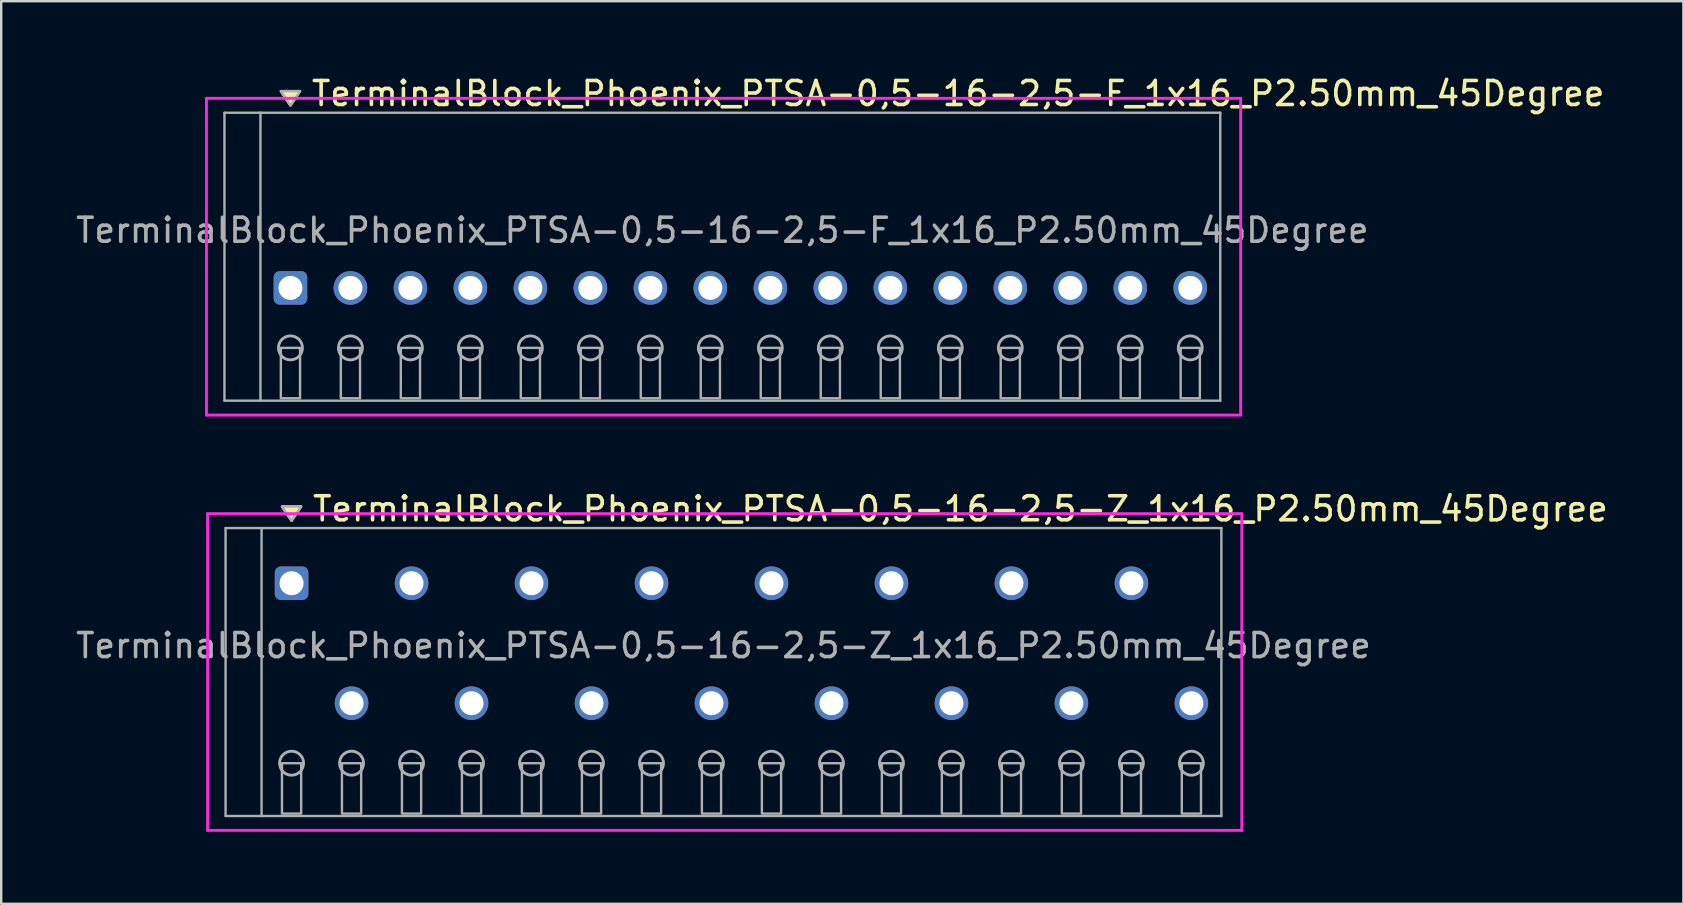
<source format=kicad_pcb>
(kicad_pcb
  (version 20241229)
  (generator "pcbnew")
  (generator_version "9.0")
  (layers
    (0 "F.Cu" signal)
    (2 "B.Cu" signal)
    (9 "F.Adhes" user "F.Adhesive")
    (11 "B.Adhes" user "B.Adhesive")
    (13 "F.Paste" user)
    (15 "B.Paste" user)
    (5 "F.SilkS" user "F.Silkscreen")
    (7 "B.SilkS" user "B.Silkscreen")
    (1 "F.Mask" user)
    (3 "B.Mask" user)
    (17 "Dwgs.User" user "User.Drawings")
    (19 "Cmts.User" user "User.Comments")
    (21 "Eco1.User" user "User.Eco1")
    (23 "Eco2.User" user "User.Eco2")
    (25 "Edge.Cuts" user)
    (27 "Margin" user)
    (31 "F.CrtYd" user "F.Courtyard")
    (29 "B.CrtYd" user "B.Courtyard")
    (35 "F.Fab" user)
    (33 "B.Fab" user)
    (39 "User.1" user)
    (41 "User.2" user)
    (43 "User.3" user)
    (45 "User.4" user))
  (footprint "TerminalBlock_Phoenix_PTSA-0,5-16-2,5-F_1x16_P2.50mm_45Degree"
    (layer "F.Cu")
    (at 9.054 8.948)
    (property "Reference" "TerminalBlock_Phoenix_PTSA-0,5-16-2,5-F_1x16_P2.50mm_45Degree" (at 0.8 -8.1 0) (layer "F.SilkS") (effects (font (size 1 1) (thickness 0.15)) (justify left)))
    (attr through_hole)
    (fp_poly (pts (xy 0 -7.6) (xy -0.4 -8.2) (xy 0.4 -8.2)) (stroke (width 0.1) (type solid)) (fill yes) (layer "F.SilkS"))
    (fp_line (start -3.5 -7.9) (end 39.6 -7.9) (stroke (width 0.12) (type solid)) (layer "F.CrtYd"))
    (fp_line (start -3.5 5.3) (end -3.5 -7.9) (stroke (width 0.12) (type solid)) (layer "F.CrtYd"))
    (fp_line (start 39.6 -7.9) (end 39.6 5.3) (stroke (width 0.12) (type solid)) (layer "F.CrtYd"))
    (fp_line (start 39.6 5.3) (end -3.5 5.3) (stroke (width 0.12) (type solid)) (layer "F.CrtYd"))
    (fp_line (start -2.75 -7.3) (end -1.25 -7.3) (stroke (width 0.1) (type solid)) (layer "F.Fab"))
    (fp_line (start -2.75 4.7) (end -2.75 -7.3) (stroke (width 0.1) (type solid)) (layer "F.Fab"))
    (fp_line (start -1.25 -7.3) (end -1.25 4.7) (stroke (width 0.1) (type solid)) (layer "F.Fab"))
    (fp_line (start -1.25 4.7) (end -2.75 4.7) (stroke (width 0.1) (type solid)) (layer "F.Fab"))
    (fp_line (start -1.25 4.7) (end 38.75 4.7) (stroke (width 0.1) (type solid)) (layer "F.Fab"))
    (fp_line (start 38.75 -7.3) (end -1.25 -7.3) (stroke (width 0.1) (type solid)) (layer "F.Fab"))
    (fp_line (start 38.75 4.7) (end 38.75 -7.3) (stroke (width 0.1) (type solid)) (layer "F.Fab"))
    (fp_circle (center 0 2.5) (end -0.5 2.5) (stroke (width 0.12) (type solid)) (fill no) (layer "F.Fab"))
    (fp_circle (center 2.5 2.5) (end 2 2.5) (stroke (width 0.12) (type solid)) (fill no) (layer "F.Fab"))
    (fp_circle (center 5 2.5) (end 4.5 2.5) (stroke (width 0.12) (type solid)) (fill no) (layer "F.Fab"))
    (fp_circle (center 7.5 2.5) (end 7 2.5) (stroke (width 0.12) (type solid)) (fill no) (layer "F.Fab"))
    (fp_circle (center 10 2.5) (end 9.5 2.5) (stroke (width 0.12) (type solid)) (fill no) (layer "F.Fab"))
    (fp_circle (center 12.5 2.5) (end 12 2.5) (stroke (width 0.12) (type solid)) (fill no) (layer "F.Fab"))
    (fp_circle (center 15 2.5) (end 14.5 2.5) (stroke (width 0.12) (type solid)) (fill no) (layer "F.Fab"))
    (fp_circle (center 17.5 2.5) (end 17 2.5) (stroke (width 0.12) (type solid)) (fill no) (layer "F.Fab"))
    (fp_circle (center 20 2.5) (end 19.5 2.5) (stroke (width 0.12) (type solid)) (fill no) (layer "F.Fab"))
    (fp_circle (center 22.5 2.5) (end 22 2.5) (stroke (width 0.12) (type solid)) (fill no) (layer "F.Fab"))
    (fp_circle (center 25 2.5) (end 24.5 2.5) (stroke (width 0.12) (type solid)) (fill no) (layer "F.Fab"))
    (fp_circle (center 27.5 2.5) (end 27 2.5) (stroke (width 0.12) (type solid)) (fill no) (layer "F.Fab"))
    (fp_circle (center 30 2.5) (end 29.5 2.5) (stroke (width 0.12) (type solid)) (fill no) (layer "F.Fab"))
    (fp_circle (center 32.5 2.5) (end 32 2.5) (stroke (width 0.12) (type solid)) (fill no) (layer "F.Fab"))
    (fp_circle (center 35 2.5) (end 34.5 2.5) (stroke (width 0.12) (type solid)) (fill no) (layer "F.Fab"))
    (fp_circle (center 37.5 2.5) (end 37 2.5) (stroke (width 0.12) (type solid)) (fill no) (layer "F.Fab"))
    (fp_poly (pts (xy 0 -7.6) (xy -0.4 -8.2) (xy 0.4 -8.2)) (stroke (width 0.1) (type solid)) (fill no) (layer "F.Fab"))
    (fp_poly (pts (xy -0.4 2.5) (xy -0.4 4.6) (xy 0.4 4.6) (xy 0.4 2.5)) (stroke (width 0.1) (type solid)) (fill no) (layer "F.Fab"))
    (fp_poly (pts (xy 2.1 2.5) (xy 2.1 4.6) (xy 2.9 4.6) (xy 2.9 2.5)) (stroke (width 0.1) (type solid)) (fill no) (layer "F.Fab"))
    (fp_poly (pts (xy 4.6 2.5) (xy 4.6 4.6) (xy 5.4 4.6) (xy 5.4 2.5)) (stroke (width 0.1) (type solid)) (fill no) (layer "F.Fab"))
    (fp_poly (pts (xy 7.1 2.5) (xy 7.1 4.6) (xy 7.9 4.6) (xy 7.9 2.5)) (stroke (width 0.1) (type solid)) (fill no) (layer "F.Fab"))
    (fp_poly (pts (xy 9.6 2.5) (xy 9.6 4.6) (xy 10.4 4.6) (xy 10.4 2.5)) (stroke (width 0.1) (type solid)) (fill no) (layer "F.Fab"))
    (fp_poly (pts (xy 12.1 2.5) (xy 12.1 4.6) (xy 12.9 4.6) (xy 12.9 2.5)) (stroke (width 0.1) (type solid)) (fill no) (layer "F.Fab"))
    (fp_poly (pts (xy 14.6 2.5) (xy 14.6 4.6) (xy 15.4 4.6) (xy 15.4 2.5)) (stroke (width 0.1) (type solid)) (fill no) (layer "F.Fab"))
    (fp_poly (pts (xy 17.1 2.5) (xy 17.1 4.6) (xy 17.9 4.6) (xy 17.9 2.5)) (stroke (width 0.1) (type solid)) (fill no) (layer "F.Fab"))
    (fp_poly (pts (xy 19.6 2.5) (xy 19.6 4.6) (xy 20.4 4.6) (xy 20.4 2.5)) (stroke (width 0.1) (type solid)) (fill no) (layer "F.Fab"))
    (fp_poly (pts (xy 22.1 2.5) (xy 22.1 4.6) (xy 22.9 4.6) (xy 22.9 2.5)) (stroke (width 0.1) (type solid)) (fill no) (layer "F.Fab"))
    (fp_poly (pts (xy 24.6 2.5) (xy 24.6 4.6) (xy 25.4 4.6) (xy 25.4 2.5)) (stroke (width 0.1) (type solid)) (fill no) (layer "F.Fab"))
    (fp_poly (pts (xy 27.1 2.5) (xy 27.1 4.6) (xy 27.9 4.6) (xy 27.9 2.5)) (stroke (width 0.1) (type solid)) (fill no) (layer "F.Fab"))
    (fp_poly (pts (xy 29.6 2.5) (xy 29.6 4.6) (xy 30.4 4.6) (xy 30.4 2.5)) (stroke (width 0.1) (type solid)) (fill no) (layer "F.Fab"))
    (fp_poly (pts (xy 32.1 2.5) (xy 32.1 4.6) (xy 32.9 4.6) (xy 32.9 2.5)) (stroke (width 0.1) (type solid)) (fill no) (layer "F.Fab"))
    (fp_poly (pts (xy 34.6 2.5) (xy 34.6 4.6) (xy 35.4 4.6) (xy 35.4 2.5)) (stroke (width 0.1) (type solid)) (fill no) (layer "F.Fab"))
    (fp_poly (pts (xy 37.1 2.5) (xy 37.1 4.6) (xy 37.9 4.6) (xy 37.9 2.5)) (stroke (width 0.1) (type solid)) (fill no) (layer "F.Fab"))
    (fp_text user "${REFERENCE}" (at 18 -2.4 0) (layer "F.Fab") (effects (font (size 1 1) (thickness 0.15))))
    (pad "1" thru_hole roundrect (at 0 0) (size 1.4 1.4) (drill 1) (layers "*.Cu" "*.Mask") (roundrect_rratio 0.179))
    (pad "2" thru_hole oval (at 2.5 0) (size 1.4 1.4) (drill 1) (layers "*.Cu" "*.Mask"))
    (pad "3" thru_hole oval (at 5 0) (size 1.4 1.4) (drill 1) (layers "*.Cu" "*.Mask"))
    (pad "4" thru_hole oval (at 7.5 0) (size 1.4 1.4) (drill 1) (layers "*.Cu" "*.Mask"))
    (pad "5" thru_hole oval (at 10 0) (size 1.4 1.4) (drill 1) (layers "*.Cu" "*.Mask"))
    (pad "6" thru_hole oval (at 12.5 0) (size 1.4 1.4) (drill 1) (layers "*.Cu" "*.Mask"))
    (pad "7" thru_hole oval (at 15 0) (size 1.4 1.4) (drill 1) (layers "*.Cu" "*.Mask"))
    (pad "8" thru_hole oval (at 17.5 0) (size 1.4 1.4) (drill 1) (layers "*.Cu" "*.Mask"))
    (pad "9" thru_hole oval (at 20 0) (size 1.4 1.4) (drill 1) (layers "*.Cu" "*.Mask"))
    (pad "10" thru_hole oval (at 22.5 0) (size 1.4 1.4) (drill 1) (layers "*.Cu" "*.Mask"))
    (pad "11" thru_hole oval (at 25 0) (size 1.4 1.4) (drill 1) (layers "*.Cu" "*.Mask"))
    (pad "12" thru_hole oval (at 27.5 0) (size 1.4 1.4) (drill 1) (layers "*.Cu" "*.Mask"))
    (pad "13" thru_hole oval (at 30 0) (size 1.4 1.4) (drill 1) (layers "*.Cu" "*.Mask"))
    (pad "14" thru_hole oval (at 32.5 0) (size 1.4 1.4) (drill 1) (layers "*.Cu" "*.Mask"))
    (pad "15" thru_hole oval (at 35 0) (size 1.4 1.4) (drill 1) (layers "*.Cu" "*.Mask"))
    (pad "16" thru_hole oval (at 37.5 0) (size 1.4 1.4) (drill 1) (layers "*.Cu" "*.Mask")))
  (footprint "TerminalBlock_Phoenix_PTSA-0,5-16-2,5-Z_1x16_P2.50mm_45Degree"
    (layer "F.Cu")
    (at 9.101 26.256)
    (property "Reference" "TerminalBlock_Phoenix_PTSA-0,5-16-2,5-Z_1x16_P2.50mm_45Degree" (at 0.8 -8.1 0) (layer "F.SilkS") (effects (font (size 1 1) (thickness 0.15)) (justify left)))
    (attr through_hole)
    (fp_poly (pts (xy 0 -7.6) (xy -0.4 -8.2) (xy 0.4 -8.2)) (stroke (width 0.1) (type solid)) (fill yes) (layer "F.SilkS"))
    (fp_line (start -3.5 -7.9) (end 39.6 -7.9) (stroke (width 0.12) (type solid)) (layer "F.CrtYd"))
    (fp_line (start -3.5 5.3) (end -3.5 -7.9) (stroke (width 0.12) (type solid)) (layer "F.CrtYd"))
    (fp_line (start 39.6 -7.9) (end 39.6 5.3) (stroke (width 0.12) (type solid)) (layer "F.CrtYd"))
    (fp_line (start 39.6 5.3) (end -3.5 5.3) (stroke (width 0.12) (type solid)) (layer "F.CrtYd"))
    (fp_line (start -2.75 -7.3) (end -1.25 -7.3) (stroke (width 0.1) (type solid)) (layer "F.Fab"))
    (fp_line (start -2.75 4.7) (end -2.75 -7.3) (stroke (width 0.1) (type solid)) (layer "F.Fab"))
    (fp_line (start -1.25 -7.3) (end -1.25 4.7) (stroke (width 0.1) (type solid)) (layer "F.Fab"))
    (fp_line (start -1.25 4.7) (end -2.75 4.7) (stroke (width 0.1) (type solid)) (layer "F.Fab"))
    (fp_line (start -1.25 4.7) (end 38.75 4.7) (stroke (width 0.1) (type solid)) (layer "F.Fab"))
    (fp_line (start 38.75 -7.3) (end -1.25 -7.3) (stroke (width 0.1) (type solid)) (layer "F.Fab"))
    (fp_line (start 38.75 4.7) (end 38.75 -7.3) (stroke (width 0.1) (type solid)) (layer "F.Fab"))
    (fp_circle (center 0 2.5) (end -0.5 2.5) (stroke (width 0.12) (type solid)) (fill no) (layer "F.Fab"))
    (fp_circle (center 2.5 2.5) (end 2 2.5) (stroke (width 0.12) (type solid)) (fill no) (layer "F.Fab"))
    (fp_circle (center 5 2.5) (end 4.5 2.5) (stroke (width 0.12) (type solid)) (fill no) (layer "F.Fab"))
    (fp_circle (center 7.5 2.5) (end 7 2.5) (stroke (width 0.12) (type solid)) (fill no) (layer "F.Fab"))
    (fp_circle (center 10 2.5) (end 9.5 2.5) (stroke (width 0.12) (type solid)) (fill no) (layer "F.Fab"))
    (fp_circle (center 12.5 2.5) (end 12 2.5) (stroke (width 0.12) (type solid)) (fill no) (layer "F.Fab"))
    (fp_circle (center 15 2.5) (end 14.5 2.5) (stroke (width 0.12) (type solid)) (fill no) (layer "F.Fab"))
    (fp_circle (center 17.5 2.5) (end 17 2.5) (stroke (width 0.12) (type solid)) (fill no) (layer "F.Fab"))
    (fp_circle (center 20 2.5) (end 19.5 2.5) (stroke (width 0.12) (type solid)) (fill no) (layer "F.Fab"))
    (fp_circle (center 22.5 2.5) (end 22 2.5) (stroke (width 0.12) (type solid)) (fill no) (layer "F.Fab"))
    (fp_circle (center 25 2.5) (end 24.5 2.5) (stroke (width 0.12) (type solid)) (fill no) (layer "F.Fab"))
    (fp_circle (center 27.5 2.5) (end 27 2.5) (stroke (width 0.12) (type solid)) (fill no) (layer "F.Fab"))
    (fp_circle (center 30 2.5) (end 29.5 2.5) (stroke (width 0.12) (type solid)) (fill no) (layer "F.Fab"))
    (fp_circle (center 32.5 2.5) (end 32 2.5) (stroke (width 0.12) (type solid)) (fill no) (layer "F.Fab"))
    (fp_circle (center 35 2.5) (end 34.5 2.5) (stroke (width 0.12) (type solid)) (fill no) (layer "F.Fab"))
    (fp_circle (center 37.5 2.5) (end 37 2.5) (stroke (width 0.12) (type solid)) (fill no) (layer "F.Fab"))
    (fp_poly (pts (xy 0 -7.6) (xy -0.4 -8.2) (xy 0.4 -8.2)) (stroke (width 0.1) (type solid)) (fill no) (layer "F.Fab"))
    (fp_poly (pts (xy -0.4 2.5) (xy -0.4 4.6) (xy 0.4 4.6) (xy 0.4 2.5)) (stroke (width 0.1) (type solid)) (fill no) (layer "F.Fab"))
    (fp_poly (pts (xy 2.1 2.5) (xy 2.1 4.6) (xy 2.9 4.6) (xy 2.9 2.5)) (stroke (width 0.1) (type solid)) (fill no) (layer "F.Fab"))
    (fp_poly (pts (xy 4.6 2.5) (xy 4.6 4.6) (xy 5.4 4.6) (xy 5.4 2.5)) (stroke (width 0.1) (type solid)) (fill no) (layer "F.Fab"))
    (fp_poly (pts (xy 7.1 2.5) (xy 7.1 4.6) (xy 7.9 4.6) (xy 7.9 2.5)) (stroke (width 0.1) (type solid)) (fill no) (layer "F.Fab"))
    (fp_poly (pts (xy 9.6 2.5) (xy 9.6 4.6) (xy 10.4 4.6) (xy 10.4 2.5)) (stroke (width 0.1) (type solid)) (fill no) (layer "F.Fab"))
    (fp_poly (pts (xy 12.1 2.5) (xy 12.1 4.6) (xy 12.9 4.6) (xy 12.9 2.5)) (stroke (width 0.1) (type solid)) (fill no) (layer "F.Fab"))
    (fp_poly (pts (xy 14.6 2.5) (xy 14.6 4.6) (xy 15.4 4.6) (xy 15.4 2.5)) (stroke (width 0.1) (type solid)) (fill no) (layer "F.Fab"))
    (fp_poly (pts (xy 17.1 2.5) (xy 17.1 4.6) (xy 17.9 4.6) (xy 17.9 2.5)) (stroke (width 0.1) (type solid)) (fill no) (layer "F.Fab"))
    (fp_poly (pts (xy 19.6 2.5) (xy 19.6 4.6) (xy 20.4 4.6) (xy 20.4 2.5)) (stroke (width 0.1) (type solid)) (fill no) (layer "F.Fab"))
    (fp_poly (pts (xy 22.1 2.5) (xy 22.1 4.6) (xy 22.9 4.6) (xy 22.9 2.5)) (stroke (width 0.1) (type solid)) (fill no) (layer "F.Fab"))
    (fp_poly (pts (xy 24.6 2.5) (xy 24.6 4.6) (xy 25.4 4.6) (xy 25.4 2.5)) (stroke (width 0.1) (type solid)) (fill no) (layer "F.Fab"))
    (fp_poly (pts (xy 27.1 2.5) (xy 27.1 4.6) (xy 27.9 4.6) (xy 27.9 2.5)) (stroke (width 0.1) (type solid)) (fill no) (layer "F.Fab"))
    (fp_poly (pts (xy 29.6 2.5) (xy 29.6 4.6) (xy 30.4 4.6) (xy 30.4 2.5)) (stroke (width 0.1) (type solid)) (fill no) (layer "F.Fab"))
    (fp_poly (pts (xy 32.1 2.5) (xy 32.1 4.6) (xy 32.9 4.6) (xy 32.9 2.5)) (stroke (width 0.1) (type solid)) (fill no) (layer "F.Fab"))
    (fp_poly (pts (xy 34.6 2.5) (xy 34.6 4.6) (xy 35.4 4.6) (xy 35.4 2.5)) (stroke (width 0.1) (type solid)) (fill no) (layer "F.Fab"))
    (fp_poly (pts (xy 37.1 2.5) (xy 37.1 4.6) (xy 37.9 4.6) (xy 37.9 2.5)) (stroke (width 0.1) (type solid)) (fill no) (layer "F.Fab"))
    (fp_text user "${REFERENCE}" (at 18 -2.4 0) (layer "F.Fab") (effects (font (size 1 1) (thickness 0.15))))
    (pad "1" thru_hole roundrect (at 0 -5) (size 1.4 1.4) (drill 1) (layers "*.Cu" "*.Mask") (roundrect_rratio 0.179))
    (pad "2" thru_hole oval (at 2.5 0) (size 1.4 1.4) (drill 1) (layers "*.Cu" "*.Mask"))
    (pad "3" thru_hole oval (at 5 -5) (size 1.4 1.4) (drill 1) (layers "*.Cu" "*.Mask"))
    (pad "4" thru_hole oval (at 7.5 0) (size 1.4 1.4) (drill 1) (layers "*.Cu" "*.Mask"))
    (pad "5" thru_hole oval (at 10 -5) (size 1.4 1.4) (drill 1) (layers "*.Cu" "*.Mask"))
    (pad "6" thru_hole oval (at 12.5 0) (size 1.4 1.4) (drill 1) (layers "*.Cu" "*.Mask"))
    (pad "7" thru_hole oval (at 15 -5) (size 1.4 1.4) (drill 1) (layers "*.Cu" "*.Mask"))
    (pad "8" thru_hole oval (at 17.5 0) (size 1.4 1.4) (drill 1) (layers "*.Cu" "*.Mask"))
    (pad "9" thru_hole oval (at 20 -5) (size 1.4 1.4) (drill 1) (layers "*.Cu" "*.Mask"))
    (pad "10" thru_hole oval (at 22.5 0) (size 1.4 1.4) (drill 1) (layers "*.Cu" "*.Mask"))
    (pad "11" thru_hole oval (at 25 -5) (size 1.4 1.4) (drill 1) (layers "*.Cu" "*.Mask"))
    (pad "12" thru_hole oval (at 27.5 0) (size 1.4 1.4) (drill 1) (layers "*.Cu" "*.Mask"))
    (pad "13" thru_hole oval (at 30 -5) (size 1.4 1.4) (drill 1) (layers "*.Cu" "*.Mask"))
    (pad "14" thru_hole oval (at 32.5 0) (size 1.4 1.4) (drill 1) (layers "*.Cu" "*.Mask"))
    (pad "15" thru_hole oval (at 35 -5) (size 1.4 1.4) (drill 1) (layers "*.Cu" "*.Mask"))
    (pad "16" thru_hole oval (at 37.5 0) (size 1.4 1.4) (drill 1) (layers "*.Cu" "*.Mask")))
  (gr_rect
    (start -3 -3)
    (end 67.104 34.617)
    (stroke (width 0.1) (type default))
    (fill no)
    (layer "Edge.Cuts")))
</source>
